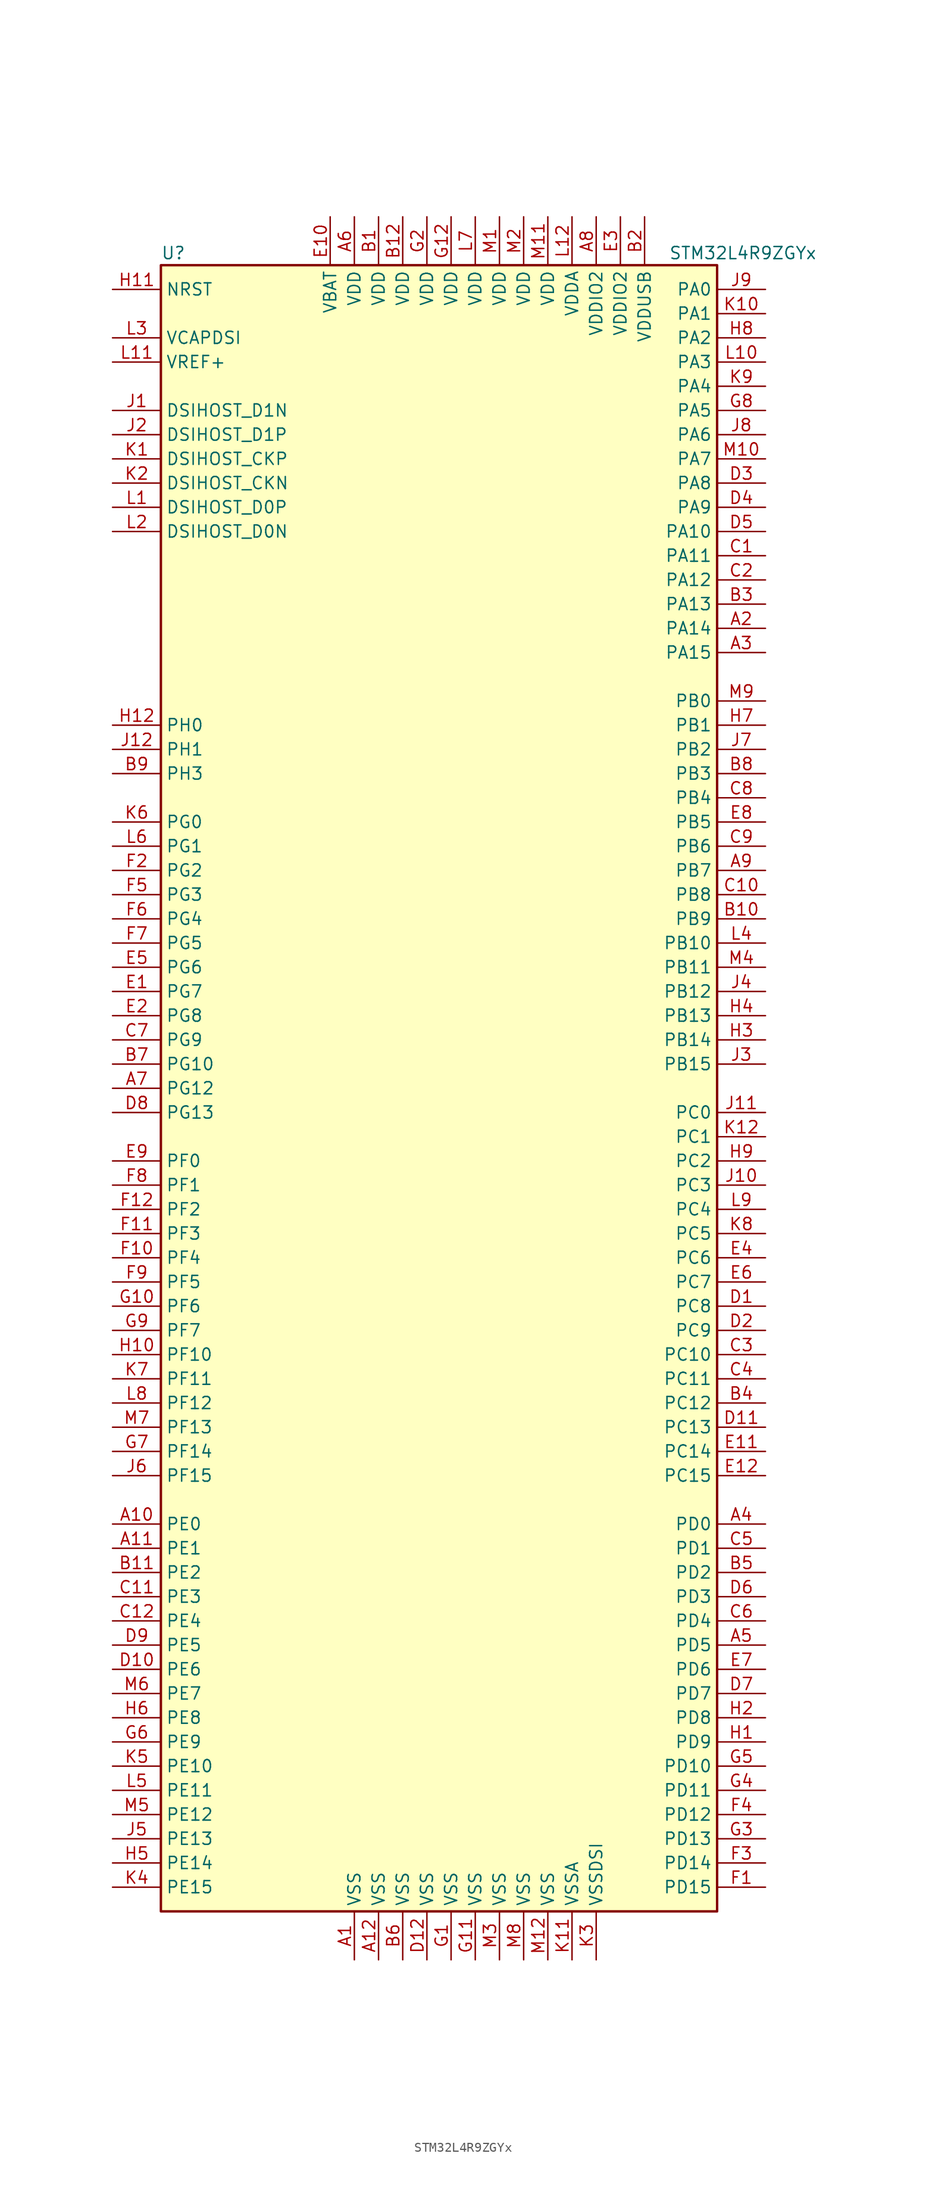
<source format=kicad_sym>
(kicad_symbol_lib
  (version 20201005)
  (generator kicad_symbol_editor)
  (symbol "STM32L4R9ZGYx"
    (property "Reference" "U"
      (at -30.48 87.63 0)
      (effects (font (size 1.27 1.27)) (justify left)))
    (property "Value" "STM32L4R9ZGYx"
      (at 22.86 87.63 0)
      (effects (font (size 1.27 1.27)) (justify left)))
    (symbol "STM32L4R9ZGYx_0_1"
      (rectangle (start -30.48 -86.36) (end 27.94 86.36) (stroke (width 0.254)) (fill (type background))))
    (symbol "STM32L4R9ZGYx_1_1"
      (pin bidirectional line (at -35.56 63.5 0) (length 5.08) (name "DSIHOST_CKN" (effects (font (size 1.27 1.27)))) (number "K2" (effects (font (size 1.27 1.27)))))
      (pin bidirectional line (at -35.56 66.04 0) (length 5.08) (name "DSIHOST_CKP" (effects (font (size 1.27 1.27)))) (number "K1" (effects (font (size 1.27 1.27)))))
      (pin bidirectional line (at -35.56 58.42 0) (length 5.08) (name "DSIHOST_D0N" (effects (font (size 1.27 1.27)))) (number "L2" (effects (font (size 1.27 1.27)))))
      (pin bidirectional line (at -35.56 60.96 0) (length 5.08) (name "DSIHOST_D0P" (effects (font (size 1.27 1.27)))) (number "L1" (effects (font (size 1.27 1.27)))))
      (pin bidirectional line (at -35.56 71.12 0) (length 5.08) (name "DSIHOST_D1N" (effects (font (size 1.27 1.27)))) (number "J1" (effects (font (size 1.27 1.27)))))
      (pin bidirectional line (at -35.56 68.58 0) (length 5.08) (name "DSIHOST_D1P" (effects (font (size 1.27 1.27)))) (number "J2" (effects (font (size 1.27 1.27)))))
      (pin input line (at -35.56 83.82 0) (length 5.08) (name "NRST" (effects (font (size 1.27 1.27)))) (number "H11" (effects (font (size 1.27 1.27)))))
      (pin bidirectional line (at 33.02 83.82 180) (length 5.08) (name "PA0" (effects (font (size 1.27 1.27)))) (number "J9" (effects (font (size 1.27 1.27)))))
      (pin bidirectional line (at 33.02 81.28 180) (length 5.08) (name "PA1" (effects (font (size 1.27 1.27)))) (number "K10" (effects (font (size 1.27 1.27)))))
      (pin bidirectional line (at 33.02 58.42 180) (length 5.08) (name "PA10" (effects (font (size 1.27 1.27)))) (number "D5" (effects (font (size 1.27 1.27)))))
      (pin bidirectional line (at 33.02 55.88 180) (length 5.08) (name "PA11" (effects (font (size 1.27 1.27)))) (number "C1" (effects (font (size 1.27 1.27)))))
      (pin bidirectional line (at 33.02 53.34 180) (length 5.08) (name "PA12" (effects (font (size 1.27 1.27)))) (number "C2" (effects (font (size 1.27 1.27)))))
      (pin bidirectional line (at 33.02 50.8 180) (length 5.08) (name "PA13" (effects (font (size 1.27 1.27)))) (number "B3" (effects (font (size 1.27 1.27)))))
      (pin bidirectional line (at 33.02 48.26 180) (length 5.08) (name "PA14" (effects (font (size 1.27 1.27)))) (number "A2" (effects (font (size 1.27 1.27)))))
      (pin bidirectional line (at 33.02 45.72 180) (length 5.08) (name "PA15" (effects (font (size 1.27 1.27)))) (number "A3" (effects (font (size 1.27 1.27)))))
      (pin bidirectional line (at 33.02 78.74 180) (length 5.08) (name "PA2" (effects (font (size 1.27 1.27)))) (number "H8" (effects (font (size 1.27 1.27)))))
      (pin bidirectional line (at 33.02 76.2 180) (length 5.08) (name "PA3" (effects (font (size 1.27 1.27)))) (number "L10" (effects (font (size 1.27 1.27)))))
      (pin bidirectional line (at 33.02 73.66 180) (length 5.08) (name "PA4" (effects (font (size 1.27 1.27)))) (number "K9" (effects (font (size 1.27 1.27)))))
      (pin bidirectional line (at 33.02 71.12 180) (length 5.08) (name "PA5" (effects (font (size 1.27 1.27)))) (number "G8" (effects (font (size 1.27 1.27)))))
      (pin bidirectional line (at 33.02 68.58 180) (length 5.08) (name "PA6" (effects (font (size 1.27 1.27)))) (number "J8" (effects (font (size 1.27 1.27)))))
      (pin bidirectional line (at 33.02 66.04 180) (length 5.08) (name "PA7" (effects (font (size 1.27 1.27)))) (number "M10" (effects (font (size 1.27 1.27)))))
      (pin bidirectional line (at 33.02 63.5 180) (length 5.08) (name "PA8" (effects (font (size 1.27 1.27)))) (number "D3" (effects (font (size 1.27 1.27)))))
      (pin bidirectional line (at 33.02 60.96 180) (length 5.08) (name "PA9" (effects (font (size 1.27 1.27)))) (number "D4" (effects (font (size 1.27 1.27)))))
      (pin bidirectional line (at 33.02 40.64 180) (length 5.08) (name "PB0" (effects (font (size 1.27 1.27)))) (number "M9" (effects (font (size 1.27 1.27)))))
      (pin bidirectional line (at 33.02 38.1 180) (length 5.08) (name "PB1" (effects (font (size 1.27 1.27)))) (number "H7" (effects (font (size 1.27 1.27)))))
      (pin bidirectional line (at 33.02 15.24 180) (length 5.08) (name "PB10" (effects (font (size 1.27 1.27)))) (number "L4" (effects (font (size 1.27 1.27)))))
      (pin bidirectional line (at 33.02 12.7 180) (length 5.08) (name "PB11" (effects (font (size 1.27 1.27)))) (number "M4" (effects (font (size 1.27 1.27)))))
      (pin bidirectional line (at 33.02 10.16 180) (length 5.08) (name "PB12" (effects (font (size 1.27 1.27)))) (number "J4" (effects (font (size 1.27 1.27)))))
      (pin bidirectional line (at 33.02 7.62 180) (length 5.08) (name "PB13" (effects (font (size 1.27 1.27)))) (number "H4" (effects (font (size 1.27 1.27)))))
      (pin bidirectional line (at 33.02 5.08 180) (length 5.08) (name "PB14" (effects (font (size 1.27 1.27)))) (number "H3" (effects (font (size 1.27 1.27)))))
      (pin bidirectional line (at 33.02 2.54 180) (length 5.08) (name "PB15" (effects (font (size 1.27 1.27)))) (number "J3" (effects (font (size 1.27 1.27)))))
      (pin bidirectional line (at 33.02 35.56 180) (length 5.08) (name "PB2" (effects (font (size 1.27 1.27)))) (number "J7" (effects (font (size 1.27 1.27)))))
      (pin bidirectional line (at 33.02 33.02 180) (length 5.08) (name "PB3" (effects (font (size 1.27 1.27)))) (number "B8" (effects (font (size 1.27 1.27)))))
      (pin bidirectional line (at 33.02 30.48 180) (length 5.08) (name "PB4" (effects (font (size 1.27 1.27)))) (number "C8" (effects (font (size 1.27 1.27)))))
      (pin bidirectional line (at 33.02 27.94 180) (length 5.08) (name "PB5" (effects (font (size 1.27 1.27)))) (number "E8" (effects (font (size 1.27 1.27)))))
      (pin bidirectional line (at 33.02 25.4 180) (length 5.08) (name "PB6" (effects (font (size 1.27 1.27)))) (number "C9" (effects (font (size 1.27 1.27)))))
      (pin bidirectional line (at 33.02 22.86 180) (length 5.08) (name "PB7" (effects (font (size 1.27 1.27)))) (number "A9" (effects (font (size 1.27 1.27)))))
      (pin bidirectional line (at 33.02 20.32 180) (length 5.08) (name "PB8" (effects (font (size 1.27 1.27)))) (number "C10" (effects (font (size 1.27 1.27)))))
      (pin bidirectional line (at 33.02 17.78 180) (length 5.08) (name "PB9" (effects (font (size 1.27 1.27)))) (number "B10" (effects (font (size 1.27 1.27)))))
      (pin bidirectional line (at 33.02 -2.54 180) (length 5.08) (name "PC0" (effects (font (size 1.27 1.27)))) (number "J11" (effects (font (size 1.27 1.27)))))
      (pin bidirectional line (at 33.02 -5.08 180) (length 5.08) (name "PC1" (effects (font (size 1.27 1.27)))) (number "K12" (effects (font (size 1.27 1.27)))))
      (pin bidirectional line (at 33.02 -27.94 180) (length 5.08) (name "PC10" (effects (font (size 1.27 1.27)))) (number "C3" (effects (font (size 1.27 1.27)))))
      (pin bidirectional line (at 33.02 -30.48 180) (length 5.08) (name "PC11" (effects (font (size 1.27 1.27)))) (number "C4" (effects (font (size 1.27 1.27)))))
      (pin bidirectional line (at 33.02 -33.02 180) (length 5.08) (name "PC12" (effects (font (size 1.27 1.27)))) (number "B4" (effects (font (size 1.27 1.27)))))
      (pin bidirectional line (at 33.02 -35.56 180) (length 5.08) (name "PC13" (effects (font (size 1.27 1.27)))) (number "D11" (effects (font (size 1.27 1.27)))))
      (pin bidirectional line (at 33.02 -38.1 180) (length 5.08) (name "PC14" (effects (font (size 1.27 1.27)))) (number "E11" (effects (font (size 1.27 1.27)))))
      (pin bidirectional line (at 33.02 -40.64 180) (length 5.08) (name "PC15" (effects (font (size 1.27 1.27)))) (number "E12" (effects (font (size 1.27 1.27)))))
      (pin bidirectional line (at 33.02 -7.62 180) (length 5.08) (name "PC2" (effects (font (size 1.27 1.27)))) (number "H9" (effects (font (size 1.27 1.27)))))
      (pin bidirectional line (at 33.02 -10.16 180) (length 5.08) (name "PC3" (effects (font (size 1.27 1.27)))) (number "J10" (effects (font (size 1.27 1.27)))))
      (pin bidirectional line (at 33.02 -12.7 180) (length 5.08) (name "PC4" (effects (font (size 1.27 1.27)))) (number "L9" (effects (font (size 1.27 1.27)))))
      (pin bidirectional line (at 33.02 -15.24 180) (length 5.08) (name "PC5" (effects (font (size 1.27 1.27)))) (number "K8" (effects (font (size 1.27 1.27)))))
      (pin bidirectional line (at 33.02 -17.78 180) (length 5.08) (name "PC6" (effects (font (size 1.27 1.27)))) (number "E4" (effects (font (size 1.27 1.27)))))
      (pin bidirectional line (at 33.02 -20.32 180) (length 5.08) (name "PC7" (effects (font (size 1.27 1.27)))) (number "E6" (effects (font (size 1.27 1.27)))))
      (pin bidirectional line (at 33.02 -22.86 180) (length 5.08) (name "PC8" (effects (font (size 1.27 1.27)))) (number "D1" (effects (font (size 1.27 1.27)))))
      (pin bidirectional line (at 33.02 -25.4 180) (length 5.08) (name "PC9" (effects (font (size 1.27 1.27)))) (number "D2" (effects (font (size 1.27 1.27)))))
      (pin bidirectional line (at 33.02 -45.72 180) (length 5.08) (name "PD0" (effects (font (size 1.27 1.27)))) (number "A4" (effects (font (size 1.27 1.27)))))
      (pin bidirectional line (at 33.02 -48.26 180) (length 5.08) (name "PD1" (effects (font (size 1.27 1.27)))) (number "C5" (effects (font (size 1.27 1.27)))))
      (pin bidirectional line (at 33.02 -71.12 180) (length 5.08) (name "PD10" (effects (font (size 1.27 1.27)))) (number "G5" (effects (font (size 1.27 1.27)))))
      (pin bidirectional line (at 33.02 -73.66 180) (length 5.08) (name "PD11" (effects (font (size 1.27 1.27)))) (number "G4" (effects (font (size 1.27 1.27)))))
      (pin bidirectional line (at 33.02 -76.2 180) (length 5.08) (name "PD12" (effects (font (size 1.27 1.27)))) (number "F4" (effects (font (size 1.27 1.27)))))
      (pin bidirectional line (at 33.02 -78.74 180) (length 5.08) (name "PD13" (effects (font (size 1.27 1.27)))) (number "G3" (effects (font (size 1.27 1.27)))))
      (pin bidirectional line (at 33.02 -81.28 180) (length 5.08) (name "PD14" (effects (font (size 1.27 1.27)))) (number "F3" (effects (font (size 1.27 1.27)))))
      (pin bidirectional line (at 33.02 -83.82 180) (length 5.08) (name "PD15" (effects (font (size 1.27 1.27)))) (number "F1" (effects (font (size 1.27 1.27)))))
      (pin bidirectional line (at 33.02 -50.8 180) (length 5.08) (name "PD2" (effects (font (size 1.27 1.27)))) (number "B5" (effects (font (size 1.27 1.27)))))
      (pin bidirectional line (at 33.02 -53.34 180) (length 5.08) (name "PD3" (effects (font (size 1.27 1.27)))) (number "D6" (effects (font (size 1.27 1.27)))))
      (pin bidirectional line (at 33.02 -55.88 180) (length 5.08) (name "PD4" (effects (font (size 1.27 1.27)))) (number "C6" (effects (font (size 1.27 1.27)))))
      (pin bidirectional line (at 33.02 -58.42 180) (length 5.08) (name "PD5" (effects (font (size 1.27 1.27)))) (number "A5" (effects (font (size 1.27 1.27)))))
      (pin bidirectional line (at 33.02 -60.96 180) (length 5.08) (name "PD6" (effects (font (size 1.27 1.27)))) (number "E7" (effects (font (size 1.27 1.27)))))
      (pin bidirectional line (at 33.02 -63.5 180) (length 5.08) (name "PD7" (effects (font (size 1.27 1.27)))) (number "D7" (effects (font (size 1.27 1.27)))))
      (pin bidirectional line (at 33.02 -66.04 180) (length 5.08) (name "PD8" (effects (font (size 1.27 1.27)))) (number "H2" (effects (font (size 1.27 1.27)))))
      (pin bidirectional line (at 33.02 -68.58 180) (length 5.08) (name "PD9" (effects (font (size 1.27 1.27)))) (number "H1" (effects (font (size 1.27 1.27)))))
      (pin bidirectional line (at -35.56 -45.72 0) (length 5.08) (name "PE0" (effects (font (size 1.27 1.27)))) (number "A10" (effects (font (size 1.27 1.27)))))
      (pin bidirectional line (at -35.56 -48.26 0) (length 5.08) (name "PE1" (effects (font (size 1.27 1.27)))) (number "A11" (effects (font (size 1.27 1.27)))))
      (pin bidirectional line (at -35.56 -71.12 0) (length 5.08) (name "PE10" (effects (font (size 1.27 1.27)))) (number "K5" (effects (font (size 1.27 1.27)))))
      (pin bidirectional line (at -35.56 -73.66 0) (length 5.08) (name "PE11" (effects (font (size 1.27 1.27)))) (number "L5" (effects (font (size 1.27 1.27)))))
      (pin bidirectional line (at -35.56 -76.2 0) (length 5.08) (name "PE12" (effects (font (size 1.27 1.27)))) (number "M5" (effects (font (size 1.27 1.27)))))
      (pin bidirectional line (at -35.56 -78.74 0) (length 5.08) (name "PE13" (effects (font (size 1.27 1.27)))) (number "J5" (effects (font (size 1.27 1.27)))))
      (pin bidirectional line (at -35.56 -81.28 0) (length 5.08) (name "PE14" (effects (font (size 1.27 1.27)))) (number "H5" (effects (font (size 1.27 1.27)))))
      (pin bidirectional line (at -35.56 -83.82 0) (length 5.08) (name "PE15" (effects (font (size 1.27 1.27)))) (number "K4" (effects (font (size 1.27 1.27)))))
      (pin bidirectional line (at -35.56 -50.8 0) (length 5.08) (name "PE2" (effects (font (size 1.27 1.27)))) (number "B11" (effects (font (size 1.27 1.27)))))
      (pin bidirectional line (at -35.56 -53.34 0) (length 5.08) (name "PE3" (effects (font (size 1.27 1.27)))) (number "C11" (effects (font (size 1.27 1.27)))))
      (pin bidirectional line (at -35.56 -55.88 0) (length 5.08) (name "PE4" (effects (font (size 1.27 1.27)))) (number "C12" (effects (font (size 1.27 1.27)))))
      (pin bidirectional line (at -35.56 -58.42 0) (length 5.08) (name "PE5" (effects (font (size 1.27 1.27)))) (number "D9" (effects (font (size 1.27 1.27)))))
      (pin bidirectional line (at -35.56 -60.96 0) (length 5.08) (name "PE6" (effects (font (size 1.27 1.27)))) (number "D10" (effects (font (size 1.27 1.27)))))
      (pin bidirectional line (at -35.56 -63.5 0) (length 5.08) (name "PE7" (effects (font (size 1.27 1.27)))) (number "M6" (effects (font (size 1.27 1.27)))))
      (pin bidirectional line (at -35.56 -66.04 0) (length 5.08) (name "PE8" (effects (font (size 1.27 1.27)))) (number "H6" (effects (font (size 1.27 1.27)))))
      (pin bidirectional line (at -35.56 -68.58 0) (length 5.08) (name "PE9" (effects (font (size 1.27 1.27)))) (number "G6" (effects (font (size 1.27 1.27)))))
      (pin bidirectional line (at -35.56 -7.62 0) (length 5.08) (name "PF0" (effects (font (size 1.27 1.27)))) (number "E9" (effects (font (size 1.27 1.27)))))
      (pin bidirectional line (at -35.56 -10.16 0) (length 5.08) (name "PF1" (effects (font (size 1.27 1.27)))) (number "F8" (effects (font (size 1.27 1.27)))))
      (pin bidirectional line (at -35.56 -27.94 0) (length 5.08) (name "PF10" (effects (font (size 1.27 1.27)))) (number "H10" (effects (font (size 1.27 1.27)))))
      (pin bidirectional line (at -35.56 -30.48 0) (length 5.08) (name "PF11" (effects (font (size 1.27 1.27)))) (number "K7" (effects (font (size 1.27 1.27)))))
      (pin bidirectional line (at -35.56 -33.02 0) (length 5.08) (name "PF12" (effects (font (size 1.27 1.27)))) (number "L8" (effects (font (size 1.27 1.27)))))
      (pin bidirectional line (at -35.56 -35.56 0) (length 5.08) (name "PF13" (effects (font (size 1.27 1.27)))) (number "M7" (effects (font (size 1.27 1.27)))))
      (pin bidirectional line (at -35.56 -38.1 0) (length 5.08) (name "PF14" (effects (font (size 1.27 1.27)))) (number "G7" (effects (font (size 1.27 1.27)))))
      (pin bidirectional line (at -35.56 -40.64 0) (length 5.08) (name "PF15" (effects (font (size 1.27 1.27)))) (number "J6" (effects (font (size 1.27 1.27)))))
      (pin bidirectional line (at -35.56 -12.7 0) (length 5.08) (name "PF2" (effects (font (size 1.27 1.27)))) (number "F12" (effects (font (size 1.27 1.27)))))
      (pin bidirectional line (at -35.56 -15.24 0) (length 5.08) (name "PF3" (effects (font (size 1.27 1.27)))) (number "F11" (effects (font (size 1.27 1.27)))))
      (pin bidirectional line (at -35.56 -17.78 0) (length 5.08) (name "PF4" (effects (font (size 1.27 1.27)))) (number "F10" (effects (font (size 1.27 1.27)))))
      (pin bidirectional line (at -35.56 -20.32 0) (length 5.08) (name "PF5" (effects (font (size 1.27 1.27)))) (number "F9" (effects (font (size 1.27 1.27)))))
      (pin bidirectional line (at -35.56 -22.86 0) (length 5.08) (name "PF6" (effects (font (size 1.27 1.27)))) (number "G10" (effects (font (size 1.27 1.27)))))
      (pin bidirectional line (at -35.56 -25.4 0) (length 5.08) (name "PF7" (effects (font (size 1.27 1.27)))) (number "G9" (effects (font (size 1.27 1.27)))))
      (pin bidirectional line (at -35.56 27.94 0) (length 5.08) (name "PG0" (effects (font (size 1.27 1.27)))) (number "K6" (effects (font (size 1.27 1.27)))))
      (pin bidirectional line (at -35.56 25.4 0) (length 5.08) (name "PG1" (effects (font (size 1.27 1.27)))) (number "L6" (effects (font (size 1.27 1.27)))))
      (pin bidirectional line (at -35.56 2.54 0) (length 5.08) (name "PG10" (effects (font (size 1.27 1.27)))) (number "B7" (effects (font (size 1.27 1.27)))))
      (pin bidirectional line (at -35.56 0 0) (length 5.08) (name "PG12" (effects (font (size 1.27 1.27)))) (number "A7" (effects (font (size 1.27 1.27)))))
      (pin bidirectional line (at -35.56 -2.54 0) (length 5.08) (name "PG13" (effects (font (size 1.27 1.27)))) (number "D8" (effects (font (size 1.27 1.27)))))
      (pin bidirectional line (at -35.56 22.86 0) (length 5.08) (name "PG2" (effects (font (size 1.27 1.27)))) (number "F2" (effects (font (size 1.27 1.27)))))
      (pin bidirectional line (at -35.56 20.32 0) (length 5.08) (name "PG3" (effects (font (size 1.27 1.27)))) (number "F5" (effects (font (size 1.27 1.27)))))
      (pin bidirectional line (at -35.56 17.78 0) (length 5.08) (name "PG4" (effects (font (size 1.27 1.27)))) (number "F6" (effects (font (size 1.27 1.27)))))
      (pin bidirectional line (at -35.56 15.24 0) (length 5.08) (name "PG5" (effects (font (size 1.27 1.27)))) (number "F7" (effects (font (size 1.27 1.27)))))
      (pin bidirectional line (at -35.56 12.7 0) (length 5.08) (name "PG6" (effects (font (size 1.27 1.27)))) (number "E5" (effects (font (size 1.27 1.27)))))
      (pin bidirectional line (at -35.56 10.16 0) (length 5.08) (name "PG7" (effects (font (size 1.27 1.27)))) (number "E1" (effects (font (size 1.27 1.27)))))
      (pin bidirectional line (at -35.56 7.62 0) (length 5.08) (name "PG8" (effects (font (size 1.27 1.27)))) (number "E2" (effects (font (size 1.27 1.27)))))
      (pin bidirectional line (at -35.56 5.08 0) (length 5.08) (name "PG9" (effects (font (size 1.27 1.27)))) (number "C7" (effects (font (size 1.27 1.27)))))
      (pin input line (at -35.56 38.1 0) (length 5.08) (name "PH0" (effects (font (size 1.27 1.27)))) (number "H12" (effects (font (size 1.27 1.27)))))
      (pin input line (at -35.56 35.56 0) (length 5.08) (name "PH1" (effects (font (size 1.27 1.27)))) (number "J12" (effects (font (size 1.27 1.27)))))
      (pin bidirectional line (at -35.56 33.02 0) (length 5.08) (name "PH3" (effects (font (size 1.27 1.27)))) (number "B9" (effects (font (size 1.27 1.27)))))
      (pin power_in line (at -12.7 91.44 270) (length 5.08) (name "VBAT" (effects (font (size 1.27 1.27)))) (number "E10" (effects (font (size 1.27 1.27)))))
      (pin power_in line (at -35.56 78.74 0) (length 5.08) (name "VCAPDSI" (effects (font (size 1.27 1.27)))) (number "L3" (effects (font (size 1.27 1.27)))))
      (pin power_in line (at -10.16 91.44 270) (length 5.08) (name "VDD" (effects (font (size 1.27 1.27)))) (number "A6" (effects (font (size 1.27 1.27)))))
      (pin power_in line (at -7.62 91.44 270) (length 5.08) (name "VDD" (effects (font (size 1.27 1.27)))) (number "B1" (effects (font (size 1.27 1.27)))))
      (pin power_in line (at -5.08 91.44 270) (length 5.08) (name "VDD" (effects (font (size 1.27 1.27)))) (number "B12" (effects (font (size 1.27 1.27)))))
      (pin power_in line (at 0 91.44 270) (length 5.08) (name "VDD" (effects (font (size 1.27 1.27)))) (number "G12" (effects (font (size 1.27 1.27)))))
      (pin power_in line (at -2.54 91.44 270) (length 5.08) (name "VDD" (effects (font (size 1.27 1.27)))) (number "G2" (effects (font (size 1.27 1.27)))))
      (pin power_in line (at 2.54 91.44 270) (length 5.08) (name "VDD" (effects (font (size 1.27 1.27)))) (number "L7" (effects (font (size 1.27 1.27)))))
      (pin power_in line (at 5.08 91.44 270) (length 5.08) (name "VDD" (effects (font (size 1.27 1.27)))) (number "M1" (effects (font (size 1.27 1.27)))))
      (pin power_in line (at 10.16 91.44 270) (length 5.08) (name "VDD" (effects (font (size 1.27 1.27)))) (number "M11" (effects (font (size 1.27 1.27)))))
      (pin power_in line (at 7.62 91.44 270) (length 5.08) (name "VDD" (effects (font (size 1.27 1.27)))) (number "M2" (effects (font (size 1.27 1.27)))))
      (pin power_in line (at 12.7 91.44 270) (length 5.08) (name "VDDA" (effects (font (size 1.27 1.27)))) (number "L12" (effects (font (size 1.27 1.27)))))
      (pin power_in line (at 15.24 91.44 270) (length 5.08) (name "VDDIO2" (effects (font (size 1.27 1.27)))) (number "A8" (effects (font (size 1.27 1.27)))))
      (pin power_in line (at 17.78 91.44 270) (length 5.08) (name "VDDIO2" (effects (font (size 1.27 1.27)))) (number "E3" (effects (font (size 1.27 1.27)))))
      (pin power_in line (at 20.32 91.44 270) (length 5.08) (name "VDDUSB" (effects (font (size 1.27 1.27)))) (number "B2" (effects (font (size 1.27 1.27)))))
      (pin bidirectional line (at -35.56 76.2 0) (length 5.08) (name "VREF+" (effects (font (size 1.27 1.27)))) (number "L11" (effects (font (size 1.27 1.27)))))
      (pin power_in line (at -10.16 -91.44 90) (length 5.08) (name "VSS" (effects (font (size 1.27 1.27)))) (number "A1" (effects (font (size 1.27 1.27)))))
      (pin power_in line (at -7.62 -91.44 90) (length 5.08) (name "VSS" (effects (font (size 1.27 1.27)))) (number "A12" (effects (font (size 1.27 1.27)))))
      (pin power_in line (at -5.08 -91.44 90) (length 5.08) (name "VSS" (effects (font (size 1.27 1.27)))) (number "B6" (effects (font (size 1.27 1.27)))))
      (pin power_in line (at -2.54 -91.44 90) (length 5.08) (name "VSS" (effects (font (size 1.27 1.27)))) (number "D12" (effects (font (size 1.27 1.27)))))
      (pin power_in line (at 0 -91.44 90) (length 5.08) (name "VSS" (effects (font (size 1.27 1.27)))) (number "G1" (effects (font (size 1.27 1.27)))))
      (pin power_in line (at 2.54 -91.44 90) (length 5.08) (name "VSS" (effects (font (size 1.27 1.27)))) (number "G11" (effects (font (size 1.27 1.27)))))
      (pin power_in line (at 10.16 -91.44 90) (length 5.08) (name "VSS" (effects (font (size 1.27 1.27)))) (number "M12" (effects (font (size 1.27 1.27)))))
      (pin power_in line (at 5.08 -91.44 90) (length 5.08) (name "VSS" (effects (font (size 1.27 1.27)))) (number "M3" (effects (font (size 1.27 1.27)))))
      (pin power_in line (at 7.62 -91.44 90) (length 5.08) (name "VSS" (effects (font (size 1.27 1.27)))) (number "M8" (effects (font (size 1.27 1.27)))))
      (pin power_in line (at 12.7 -91.44 90) (length 5.08) (name "VSSA" (effects (font (size 1.27 1.27)))) (number "K11" (effects (font (size 1.27 1.27)))))
      (pin power_in line (at 15.24 -91.44 90) (length 5.08) (name "VSSDSI" (effects (font (size 1.27 1.27)))) (number "K3" (effects (font (size 1.27 1.27))))))))
</source>
